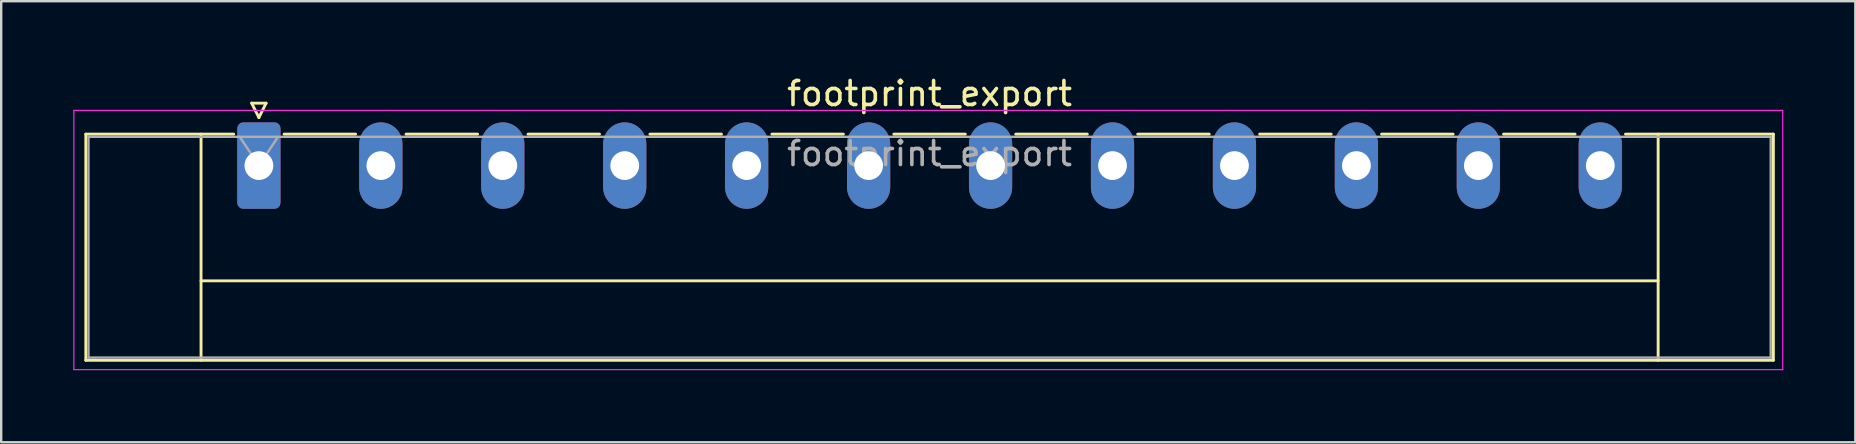
<source format=kicad_pcb>
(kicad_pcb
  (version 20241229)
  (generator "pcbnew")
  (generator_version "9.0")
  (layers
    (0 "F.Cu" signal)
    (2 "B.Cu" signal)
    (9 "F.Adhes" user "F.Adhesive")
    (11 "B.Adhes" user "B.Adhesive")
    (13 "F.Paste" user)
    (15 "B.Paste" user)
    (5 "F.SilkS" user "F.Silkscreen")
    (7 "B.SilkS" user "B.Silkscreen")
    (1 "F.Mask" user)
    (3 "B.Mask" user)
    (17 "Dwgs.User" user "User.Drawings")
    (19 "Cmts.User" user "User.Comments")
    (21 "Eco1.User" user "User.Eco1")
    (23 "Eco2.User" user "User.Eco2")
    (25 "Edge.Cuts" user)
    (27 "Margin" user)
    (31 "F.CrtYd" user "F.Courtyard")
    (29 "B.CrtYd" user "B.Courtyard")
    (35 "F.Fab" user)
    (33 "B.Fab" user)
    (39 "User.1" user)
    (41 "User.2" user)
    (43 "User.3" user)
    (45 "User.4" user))
  (footprint "footprint_export"
    (layer "F.Cu")
    (at 7.735 3.848)
    (property "Reference" "footprint_export" (at 27.94 -3 0) (layer "F.SilkS") (effects (font (size 1 1) (thickness 0.15))))
    (attr through_hole)
    (fp_line (start -7.21 -1.31) (end -7.21 8.11) (stroke (width 0.12) (type solid)) (layer "F.SilkS"))
    (fp_line (start -7.21 -1.31) (end -1.05 -1.31) (stroke (width 0.12) (type solid)) (layer "F.SilkS"))
    (fp_line (start -7.21 8.11) (end 63.09 8.11) (stroke (width 0.12) (type solid)) (layer "F.SilkS"))
    (fp_line (start -2.41 -1.31) (end -2.41 8.11) (stroke (width 0.12) (type solid)) (layer "F.SilkS"))
    (fp_line (start -2.41 4.8) (end 58.29 4.8) (stroke (width 0.12) (type solid)) (layer "F.SilkS"))
    (fp_line (start -0.3 -2.6) (end 0.3 -2.6) (stroke (width 0.12) (type solid)) (layer "F.SilkS"))
    (fp_line (start 0 -2) (end -0.3 -2.6) (stroke (width 0.12) (type solid)) (layer "F.SilkS"))
    (fp_line (start 0.3 -2.6) (end 0 -2) (stroke (width 0.12) (type solid)) (layer "F.SilkS"))
    (fp_line (start 1.05 -1.31) (end 4.03 -1.31) (stroke (width 0.12) (type solid)) (layer "F.SilkS"))
    (fp_line (start 6.13 -1.31) (end 9.11 -1.31) (stroke (width 0.12) (type solid)) (layer "F.SilkS"))
    (fp_line (start 11.21 -1.31) (end 14.19 -1.31) (stroke (width 0.12) (type solid)) (layer "F.SilkS"))
    (fp_line (start 16.29 -1.31) (end 19.27 -1.31) (stroke (width 0.12) (type solid)) (layer "F.SilkS"))
    (fp_line (start 21.37 -1.31) (end 24.35 -1.31) (stroke (width 0.12) (type solid)) (layer "F.SilkS"))
    (fp_line (start 26.45 -1.31) (end 29.43 -1.31) (stroke (width 0.12) (type solid)) (layer "F.SilkS"))
    (fp_line (start 31.53 -1.31) (end 34.51 -1.31) (stroke (width 0.12) (type solid)) (layer "F.SilkS"))
    (fp_line (start 36.61 -1.31) (end 39.59 -1.31) (stroke (width 0.12) (type solid)) (layer "F.SilkS"))
    (fp_line (start 41.69 -1.31) (end 44.67 -1.31) (stroke (width 0.12) (type solid)) (layer "F.SilkS"))
    (fp_line (start 46.77 -1.31) (end 49.75 -1.31) (stroke (width 0.12) (type solid)) (layer "F.SilkS"))
    (fp_line (start 51.85 -1.31) (end 54.83 -1.31) (stroke (width 0.12) (type solid)) (layer "F.SilkS"))
    (fp_line (start 58.29 -1.31) (end 58.29 8.11) (stroke (width 0.12) (type solid)) (layer "F.SilkS"))
    (fp_line (start 63.09 -1.31) (end 56.93 -1.31) (stroke (width 0.12) (type solid)) (layer "F.SilkS"))
    (fp_line (start 63.09 8.11) (end 63.09 -1.31) (stroke (width 0.12) (type solid)) (layer "F.SilkS"))
    (fp_line (start -7.71 -2.3) (end -7.71 8.5) (stroke (width 0.05) (type solid)) (layer "F.CrtYd"))
    (fp_line (start -7.71 8.5) (end 63.48 8.5) (stroke (width 0.05) (type solid)) (layer "F.CrtYd"))
    (fp_line (start 63.48 -2.3) (end -7.71 -2.3) (stroke (width 0.05) (type solid)) (layer "F.CrtYd"))
    (fp_line (start 63.48 8.5) (end 63.48 -2.3) (stroke (width 0.05) (type solid)) (layer "F.CrtYd"))
    (fp_line (start -7.1 -1.2) (end -7.1 8) (stroke (width 0.1) (type solid)) (layer "F.Fab"))
    (fp_line (start -7.1 8) (end 62.98 8) (stroke (width 0.1) (type solid)) (layer "F.Fab"))
    (fp_line (start 0 0) (end -0.8 -1.2) (stroke (width 0.1) (type solid)) (layer "F.Fab"))
    (fp_line (start 0.8 -1.2) (end 0 0) (stroke (width 0.1) (type solid)) (layer "F.Fab"))
    (fp_line (start 62.98 -1.2) (end -7.1 -1.2) (stroke (width 0.1) (type solid)) (layer "F.Fab"))
    (fp_line (start 62.98 8) (end 62.98 -1.2) (stroke (width 0.1) (type solid)) (layer "F.Fab"))
    (fp_text user "${REFERENCE}" (at 27.94 -0.5 0) (layer "F.Fab") (effects (font (size 1 1) (thickness 0.15))))
    (pad "1" thru_hole roundrect (at 0 0) (size 1.8 3.6) (drill 1.2) (layers "*.Cu" "*.Mask") (roundrect_rratio 0.139))
    (pad "2" thru_hole oval (at 5.08 0) (size 1.8 3.6) (drill 1.2) (layers "*.Cu" "*.Mask"))
    (pad "3" thru_hole oval (at 10.16 0) (size 1.8 3.6) (drill 1.2) (layers "*.Cu" "*.Mask"))
    (pad "4" thru_hole oval (at 15.24 0) (size 1.8 3.6) (drill 1.2) (layers "*.Cu" "*.Mask"))
    (pad "5" thru_hole oval (at 20.32 0) (size 1.8 3.6) (drill 1.2) (layers "*.Cu" "*.Mask"))
    (pad "6" thru_hole oval (at 25.4 0) (size 1.8 3.6) (drill 1.2) (layers "*.Cu" "*.Mask"))
    (pad "7" thru_hole oval (at 30.48 0) (size 1.8 3.6) (drill 1.2) (layers "*.Cu" "*.Mask"))
    (pad "8" thru_hole oval (at 35.56 0) (size 1.8 3.6) (drill 1.2) (layers "*.Cu" "*.Mask"))
    (pad "9" thru_hole oval (at 40.64 0) (size 1.8 3.6) (drill 1.2) (layers "*.Cu" "*.Mask"))
    (pad "10" thru_hole oval (at 45.72 0) (size 1.8 3.6) (drill 1.2) (layers "*.Cu" "*.Mask"))
    (pad "11" thru_hole oval (at 50.8 0) (size 1.8 3.6) (drill 1.2) (layers "*.Cu" "*.Mask"))
    (pad "12" thru_hole oval (at 55.88 0) (size 1.8 3.6) (drill 1.2) (layers "*.Cu" "*.Mask")))
  (gr_rect
    (start -3 -3)
    (end 74.24 15.373)
    (stroke (width 0.1) (type default))
    (fill no)
    (layer "Edge.Cuts")))
</source>
